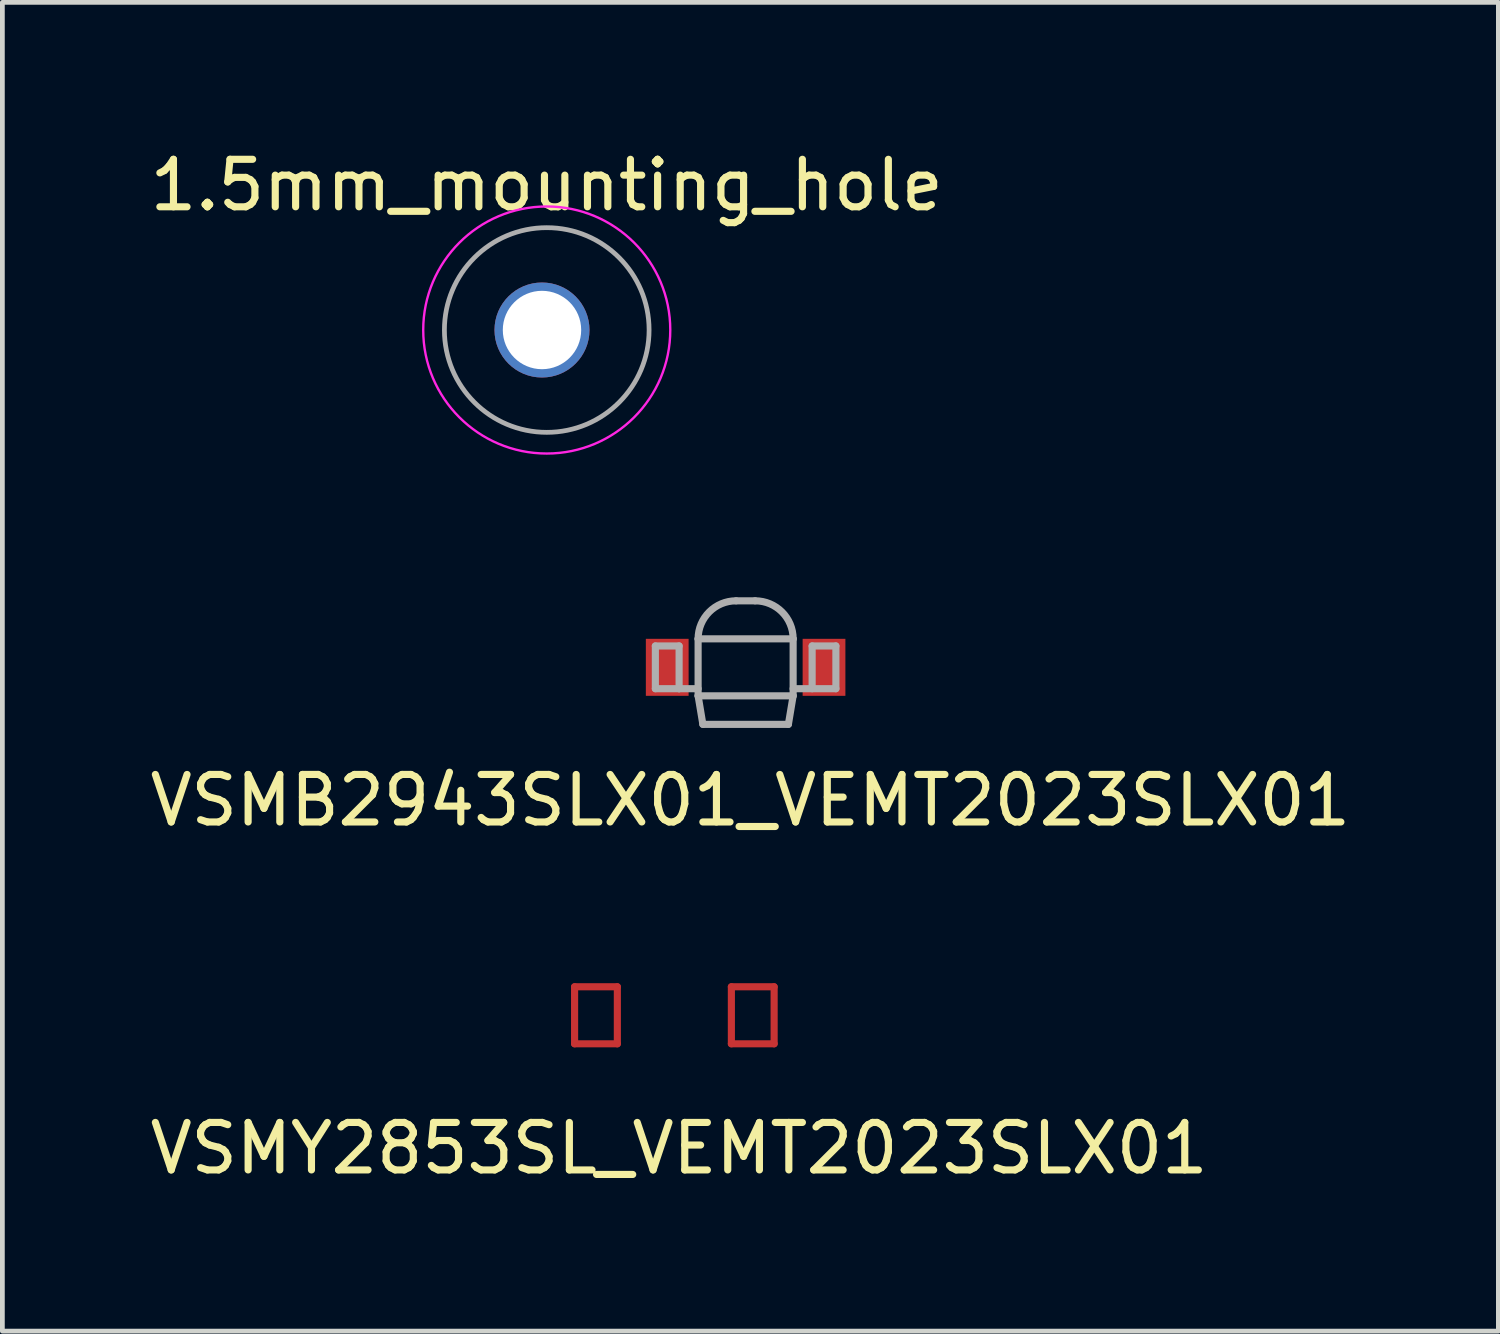
<source format=kicad_pcb>
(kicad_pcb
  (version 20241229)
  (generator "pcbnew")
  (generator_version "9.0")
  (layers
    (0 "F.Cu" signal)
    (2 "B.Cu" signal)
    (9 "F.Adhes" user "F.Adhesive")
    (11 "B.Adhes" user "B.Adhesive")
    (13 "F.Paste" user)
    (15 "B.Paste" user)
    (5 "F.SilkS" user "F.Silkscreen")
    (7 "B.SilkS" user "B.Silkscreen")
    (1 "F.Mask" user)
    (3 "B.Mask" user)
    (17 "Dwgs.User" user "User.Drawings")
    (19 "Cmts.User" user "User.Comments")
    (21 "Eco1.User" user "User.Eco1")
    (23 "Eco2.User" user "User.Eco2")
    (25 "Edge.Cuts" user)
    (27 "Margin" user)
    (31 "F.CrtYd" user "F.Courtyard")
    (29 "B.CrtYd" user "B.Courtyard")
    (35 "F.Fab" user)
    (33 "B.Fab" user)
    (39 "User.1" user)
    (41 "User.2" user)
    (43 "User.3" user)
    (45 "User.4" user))
  (footprint "VSMB2943SLX01_VEMT2023SLX01"
    (layer "F.Cu")
    (at 12.644 10.996)
    (property "Reference" "VSMB2943SLX01_VEMT2023SLX01" (at 0.1 2.8 0) (layer "F.SilkS") (effects (font (size 1 1) (thickness 0.15))))
    (attr through_hole)
    (fp_line (start -1.9 -0.45) (end -1.4 -0.45) (stroke (width 0.15) (type solid)) (layer "F.Fab"))
    (fp_line (start -1.9 0.45) (end -1.9 -0.45) (stroke (width 0.15) (type solid)) (layer "F.Fab"))
    (fp_line (start -1.4 -0.45) (end -1.4 0.45) (stroke (width 0.15) (type solid)) (layer "F.Fab"))
    (fp_line (start -1.4 0.45) (end -1.9 0.45) (stroke (width 0.15) (type solid)) (layer "F.Fab"))
    (fp_line (start -1.4 0.45) (end -1 0.45) (stroke (width 0.15) (type solid)) (layer "F.Fab"))
    (fp_line (start -1 -0.6) (end 1 -0.6) (stroke (width 0.15) (type solid)) (layer "F.Fab"))
    (fp_line (start -1 0.6) (end -1 -0.6) (stroke (width 0.15) (type solid)) (layer "F.Fab"))
    (fp_line (start -0.9 1.2) (end -1 0.6) (stroke (width 0.15) (type solid)) (layer "F.Fab"))
    (fp_line (start 0.2 -1.4) (end -0.2 -1.4) (stroke (width 0.15) (type solid)) (layer "F.Fab"))
    (fp_line (start 0.9 1.2) (end -0.9 1.2) (stroke (width 0.15) (type solid)) (layer "F.Fab"))
    (fp_line (start 1 -0.6) (end 1 0.6) (stroke (width 0.15) (type solid)) (layer "F.Fab"))
    (fp_line (start 1 0.45) (end 1.9 0.45) (stroke (width 0.15) (type solid)) (layer "F.Fab"))
    (fp_line (start 1 0.6) (end -1 0.6) (stroke (width 0.15) (type solid)) (layer "F.Fab"))
    (fp_line (start 1 0.6) (end 0.9 1.2) (stroke (width 0.15) (type solid)) (layer "F.Fab"))
    (fp_line (start 1.4 -0.45) (end 1.4 0.45) (stroke (width 0.15) (type solid)) (layer "F.Fab"))
    (fp_line (start 1.9 -0.45) (end 1.4 -0.45) (stroke (width 0.15) (type solid)) (layer "F.Fab"))
    (fp_line (start 1.9 0.45) (end 1.9 -0.45) (stroke (width 0.15) (type solid)) (layer "F.Fab"))
    (fp_arc (start -1 -0.6) (mid -0.765685 -1.165685) (end -0.2 -1.4) (stroke (width 0.15) (type solid)) (layer "F.Fab"))
    (fp_arc (start 0.2 -1.4) (mid 0.765685 -1.165685) (end 1 -0.6) (stroke (width 0.15) (type solid)) (layer "F.Fab"))
    (pad "1" smd rect (at 1.65 0) (size 0.9 1.2) (layers "F.Cu" "F.Mask" "F.Paste"))
    (pad "2" smd rect (at -1.65 0) (size 0.9 1.2) (layers "F.Cu" "F.Mask" "F.Paste")))
  (footprint "1.5mm_mounting_hole"
    (layer "F.Cu")
    (at 8.458 3.896)
    (property "Reference" "1.5mm_mounting_hole" (at 0 -3.048 0) (layer "F.SilkS") (effects (font (size 1 1) (thickness 0.15))))
    (attr through_hole)
    (fp_circle (center 0 0) (end 2.6 0) (stroke (width 0.05) (type solid)) (fill no) (layer "F.CrtYd"))
    (fp_circle (center 0 0) (end 2 0.8) (stroke (width 0.1) (type solid)) (fill no) (layer "F.Fab"))
    (pad "" np_thru_hole circle (at -0.1 0) (size 2 2) (drill 1.65) (layers "*.Cu" "*.Mask")))
  (footprint "VSMY2853SL_VEMT2023SLX01"
    (layer "F.Cu")
    (at 11.144 18.32)
    (property "Reference" "VSMY2853SL_VEMT2023SLX01" (at 0.1 2.8 0) (layer "F.SilkS") (effects (font (size 1 1) (thickness 0.15))))
    (attr through_hole)
    (fp_line (start -2.1 -0.6) (end -2.1 0.6) (stroke (width 0.15) (type solid)) (layer "F.Cu"))
    (fp_line (start -2.1 0.6) (end -1.2 0.6) (stroke (width 0.15) (type solid)) (layer "F.Cu"))
    (fp_line (start -1.2 -0.6) (end -2.1 -0.6) (stroke (width 0.15) (type solid)) (layer "F.Cu"))
    (fp_line (start -1.2 0.6) (end -1.2 -0.6) (stroke (width 0.15) (type solid)) (layer "F.Cu"))
    (fp_line (start 1.2 -0.6) (end 2.1 -0.6) (stroke (width 0.15) (type solid)) (layer "F.Cu"))
    (fp_line (start 1.2 0.6) (end 1.2 -0.6) (stroke (width 0.15) (type solid)) (layer "F.Cu"))
    (fp_line (start 2.1 -0.6) (end 2.1 0.6) (stroke (width 0.15) (type solid)) (layer "F.Cu"))
    (fp_line (start 2.1 0.6) (end 1.2 0.6) (stroke (width 0.15) (type solid)) (layer "F.Cu")))
  (gr_rect
    (start -3 -3)
    (end 28.488 24.968)
    (stroke (width 0.1) (type default))
    (fill no)
    (layer "Edge.Cuts")))
</source>
